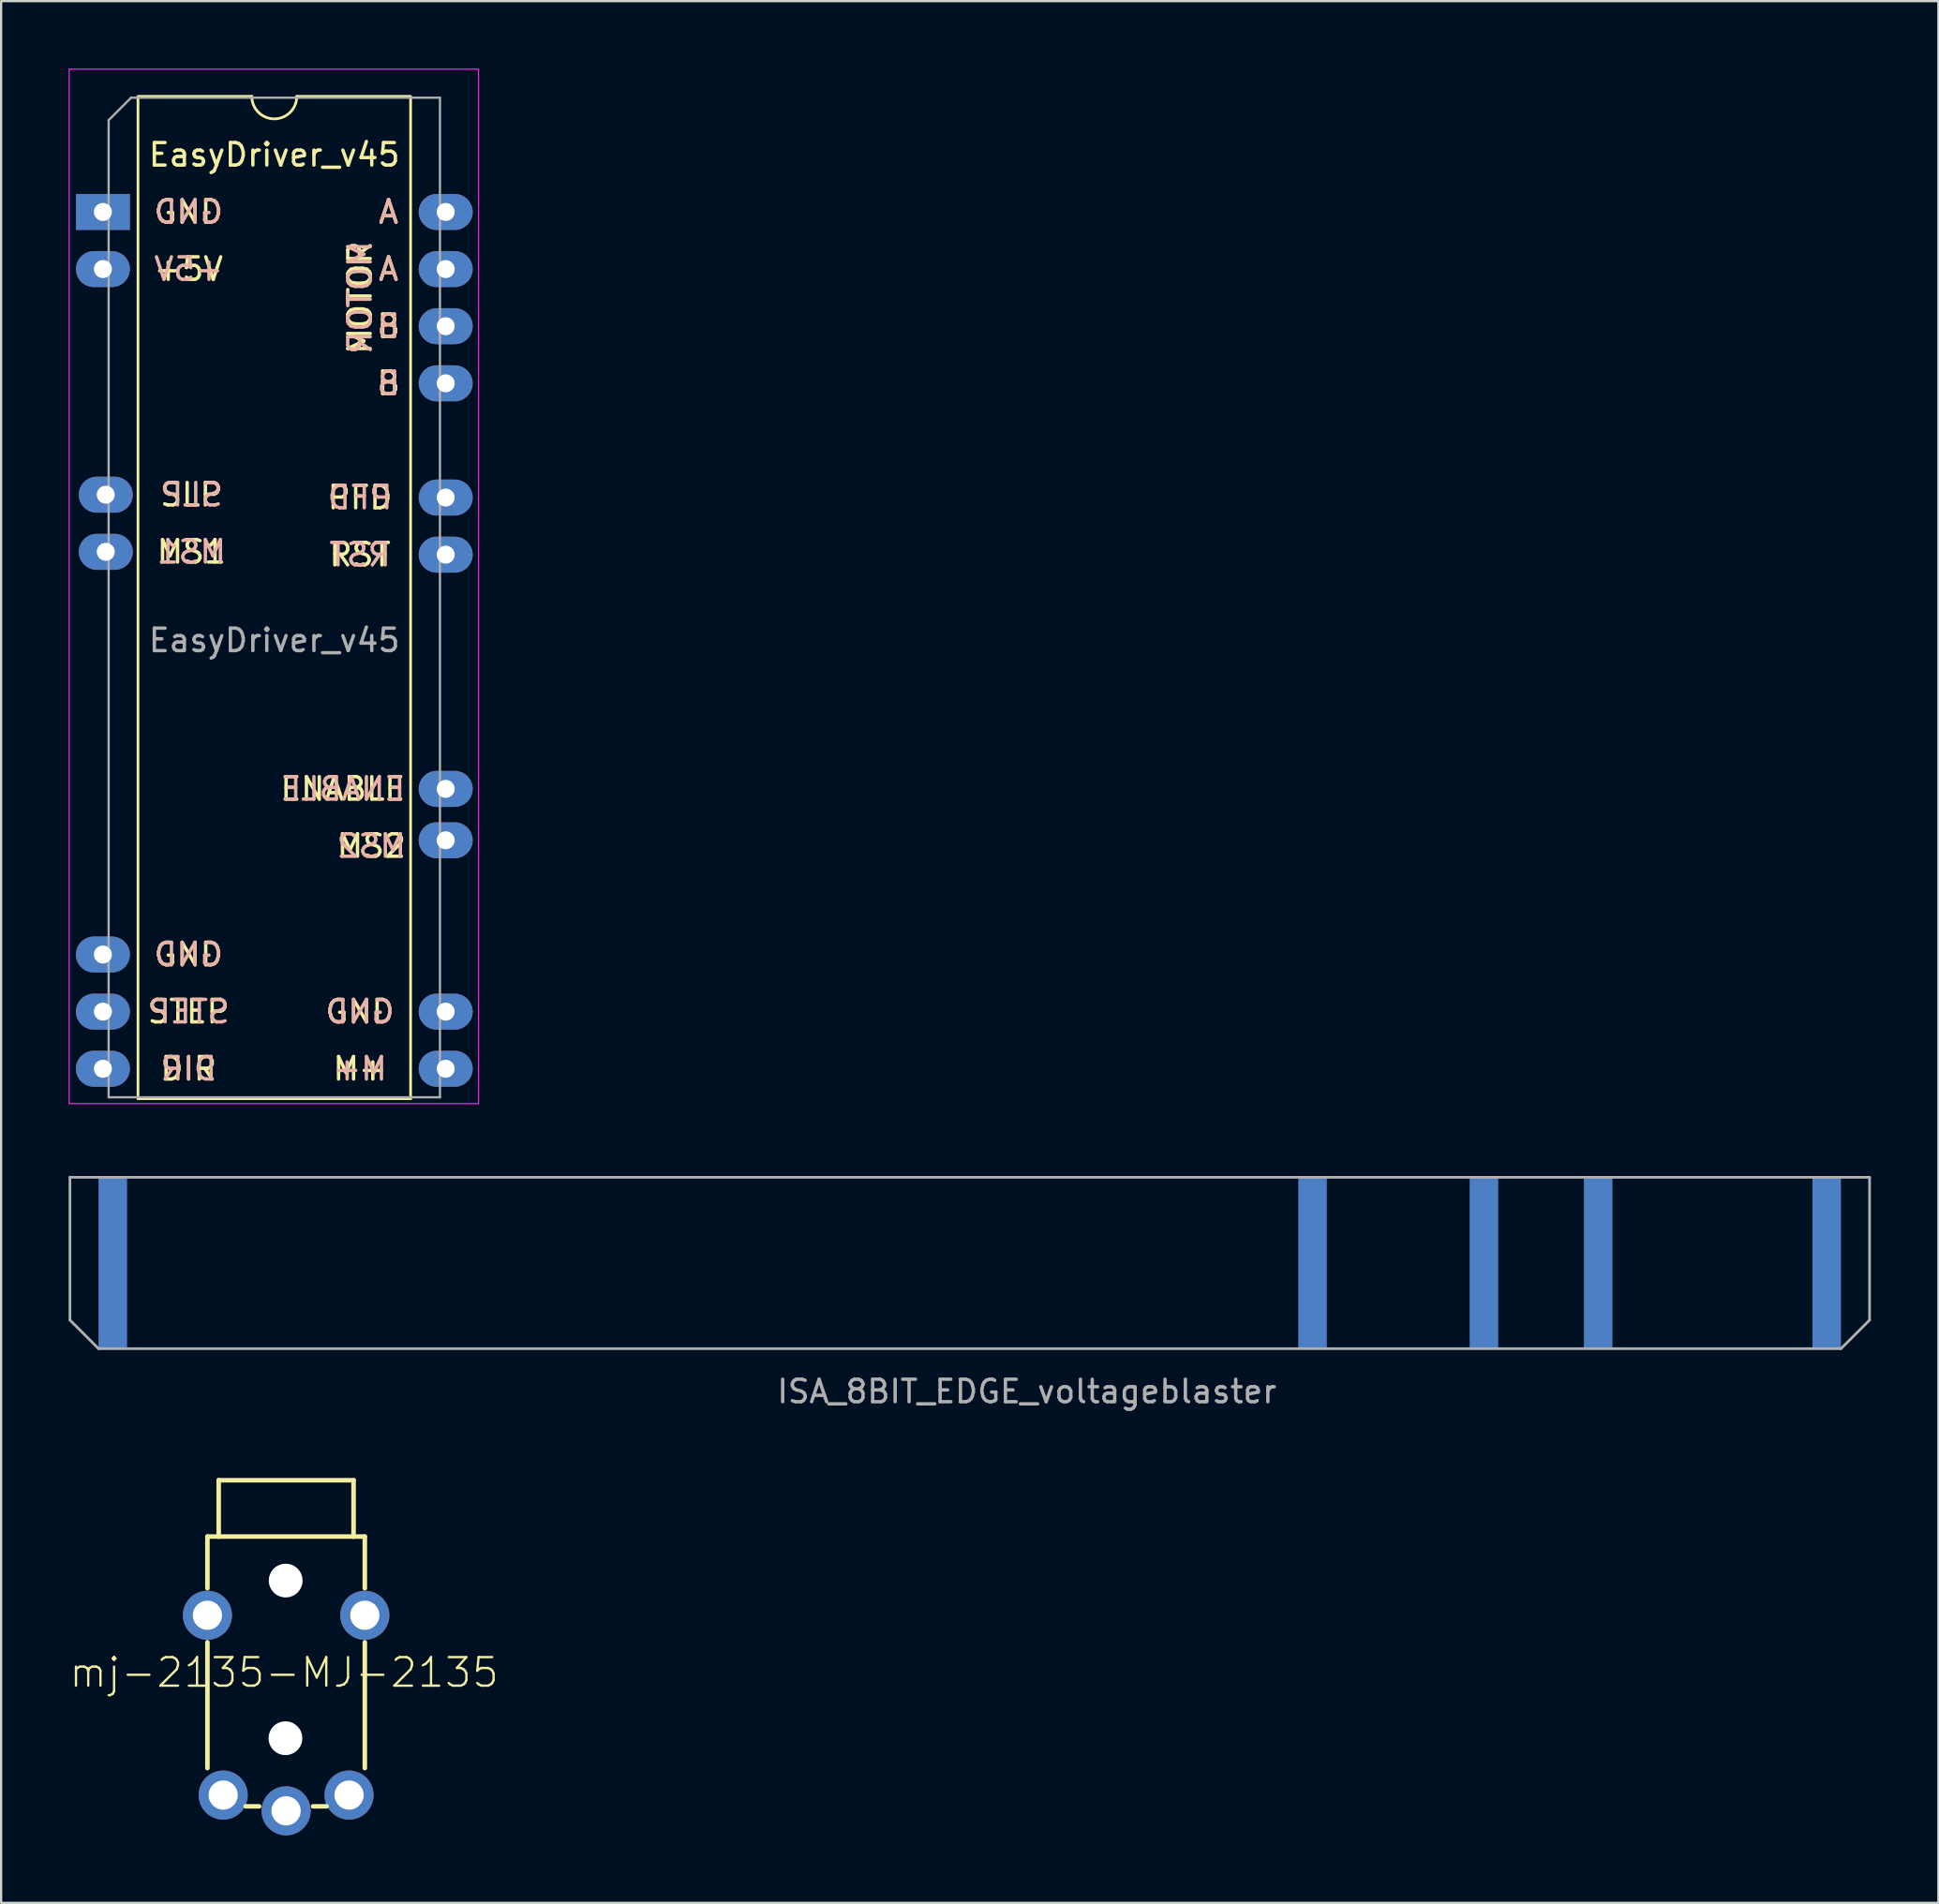
<source format=kicad_pcb>
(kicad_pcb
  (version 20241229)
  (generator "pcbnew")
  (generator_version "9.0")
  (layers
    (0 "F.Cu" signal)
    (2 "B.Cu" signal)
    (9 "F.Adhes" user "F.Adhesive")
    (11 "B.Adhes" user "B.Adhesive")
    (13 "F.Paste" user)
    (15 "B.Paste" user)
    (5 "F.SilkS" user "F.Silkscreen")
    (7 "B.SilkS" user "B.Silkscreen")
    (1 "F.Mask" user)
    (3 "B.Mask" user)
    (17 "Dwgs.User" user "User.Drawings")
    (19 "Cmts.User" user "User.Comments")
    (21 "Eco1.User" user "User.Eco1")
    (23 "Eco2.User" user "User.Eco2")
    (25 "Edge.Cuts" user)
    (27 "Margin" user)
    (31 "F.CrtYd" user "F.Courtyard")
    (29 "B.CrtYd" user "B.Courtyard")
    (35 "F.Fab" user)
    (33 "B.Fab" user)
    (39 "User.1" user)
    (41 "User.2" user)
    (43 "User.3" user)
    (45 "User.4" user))
  (footprint "ISA_8BIT_EDGE_voltageblaster"
    (layer "F.Cu")
    (at 78.165 49.3)
    (property "Reference" "ISA_8BIT_EDGE_voltageblaster" (at -35.56 9.525 0) (layer "F.Fab") (effects (font (size 1 1) (thickness 0.15))))
    (attr through_hole)
    (fp_line (start -78.105 0) (end -78.105 6.35) (stroke (width 0.12) (type solid)) (layer "F.Fab"))
    (fp_line (start -78.105 6.35) (end -76.835 7.62) (stroke (width 0.12) (type solid)) (layer "F.Fab"))
    (fp_line (start -76.835 7.62) (end 0.635 7.62) (stroke (width 0.12) (type solid)) (layer "F.Fab"))
    (fp_line (start 0.635 7.62) (end 1.905 6.35) (stroke (width 0.12) (type solid)) (layer "F.Fab"))
    (fp_line (start 1.905 0) (end -78.105 0) (stroke (width 0.12) (type solid)) (layer "F.Fab"))
    (fp_line (start 1.905 6.35) (end 1.905 0) (stroke (width 0.12) (type solid)) (layer "F.Fab"))
    (pad "1" connect rect (at 0 3.81) (size 1.27 7.62) (layers "B.Cu" "B.Mask"))
    (pad "5" connect rect (at -10.16 3.81) (size 1.27 7.62) (layers "B.Cu" "B.Mask"))
    (pad "7" connect rect (at -15.24 3.81) (size 1.27 7.62) (layers "B.Cu" "B.Mask"))
    (pad "10" connect rect (at -22.86 3.81) (size 1.27 7.62) (layers "B.Cu" "B.Mask"))
    (pad "31" connect rect (at -76.2 3.81) (size 1.27 7.62) (layers "B.Cu" "B.Mask")))
  (footprint "mj-2135-MJ-2135"
    (layer "F.Cu")
    (at 9.581 71.324)
    (property "Reference" "mj-2135-MJ-2135" (at 0 0 180) (layer "F.SilkS") (effects (font (size 1.27 1.27) (thickness 0.102))))
    (attr exclude_from_pos_files exclude_from_bom)
    (fp_line (start -3.409 -3.749) (end -3.409 -6.048) (stroke (width 0.203) (type solid)) (layer "F.SilkS"))
    (fp_line (start -3.409 -1.349) (end -3.409 4.249) (stroke (width 0.203) (type solid)) (layer "F.SilkS"))
    (fp_line (start -2.908 -8.55) (end 3.089 -8.55) (stroke (width 0.203) (type solid)) (layer "F.SilkS"))
    (fp_line (start -2.908 -6.048) (end -3.409 -6.048) (stroke (width 0.203) (type solid)) (layer "F.SilkS"))
    (fp_line (start -2.908 -6.048) (end -2.908 -8.55) (stroke (width 0.203) (type solid)) (layer "F.SilkS"))
    (fp_line (start -1.709 5.949) (end -1.11 5.949) (stroke (width 0.203) (type solid)) (layer "F.SilkS"))
    (fp_line (start 1.288 5.949) (end 1.89 5.949) (stroke (width 0.203) (type solid)) (layer "F.SilkS"))
    (fp_line (start 3.089 -8.55) (end 3.089 -6.048) (stroke (width 0.203) (type solid)) (layer "F.SilkS"))
    (fp_line (start 3.089 -6.048) (end -2.908 -6.048) (stroke (width 0.203) (type solid)) (layer "F.SilkS"))
    (fp_line (start 3.589 -6.048) (end 3.089 -6.048) (stroke (width 0.203) (type solid)) (layer "F.SilkS"))
    (fp_line (start 3.589 -6.048) (end 3.589 -3.749) (stroke (width 0.203) (type solid)) (layer "F.SilkS"))
    (fp_line (start 3.589 4.249) (end 3.589 -1.349) (stroke (width 0.203) (type solid)) (layer "F.SilkS"))
    (pad "" np_thru_hole circle (at 0.06 2.92) (size 1.5 1.5) (drill 1.5) (layers "*.Cu" "*.Mask"))
    (pad "" np_thru_hole circle (at 0.07 -4.09) (size 1.5 1.5) (drill 1.5) (layers "*.Cu" "*.Mask"))
    (pad "P$1" thru_hole circle (at 0.089 6.149) (size 2.182 2.182) (drill 1.298) (layers "*.Cu" "*.Mask" "F.Paste"))
    (pad "P$2" thru_hole circle (at 2.888 5.448) (size 2.182 2.182) (drill 1.298) (layers "*.Cu" "*.Mask" "F.Paste"))
    (pad "P$3" thru_hole circle (at -2.708 5.448) (size 2.182 2.182) (drill 1.298) (layers "*.Cu" "*.Mask" "F.Paste"))
    (pad "P$4" thru_hole circle (at -3.409 -2.548) (size 2.182 2.182) (drill 1.298) (layers "*.Cu" "*.Mask" "F.Paste"))
    (pad "P$5" thru_hole circle (at 3.589 -2.548) (size 2.182 2.182) (drill 1.298) (layers "*.Cu" "*.Mask" "F.Paste")))
  (footprint "EasyDriver_v45"
    (layer "F.Cu")
    (at 1.525 6.375)
    (property "Reference" "EasyDriver_v45" (at 7.62 -2.54 0) (layer "F.SilkS") (effects (font (size 1 1) (thickness 0.15))))
    (attr through_hole)
    (fp_line (start 1.56 -5.08) (end 1.56 39.43) (stroke (width 0.12) (type solid)) (layer "F.SilkS"))
    (fp_line (start 1.56 39.43) (end 13.68 39.43) (stroke (width 0.12) (type solid)) (layer "F.SilkS"))
    (fp_line (start 6.62 -5.14) (end 1.56 -5.14) (stroke (width 0.12) (type solid)) (layer "F.SilkS"))
    (fp_line (start 13.68 -5.14) (end 8.62 -5.14) (stroke (width 0.12) (type solid)) (layer "F.SilkS"))
    (fp_line (start 13.68 39.43) (end 13.68 -5.08) (stroke (width 0.12) (type solid)) (layer "F.SilkS"))
    (fp_arc (start 8.62 -5.14) (mid 7.62 -4.14) (end 6.62 -5.14) (stroke (width 0.12) (type solid)) (layer "F.SilkS"))
    (fp_line (start -1.5 -6.35) (end -1.5 39.65) (stroke (width 0.05) (type solid)) (layer "F.CrtYd"))
    (fp_line (start -1.5 39.65) (end 16.7 39.65) (stroke (width 0.05) (type solid)) (layer "F.CrtYd"))
    (fp_line (start 16.7 -6.35) (end -1.5 -6.35) (stroke (width 0.05) (type solid)) (layer "F.CrtYd"))
    (fp_line (start 16.7 39.65) (end 16.7 -6.35) (stroke (width 0.05) (type solid)) (layer "F.CrtYd"))
    (fp_line (start 0.255 -4.08) (end 1.255 -5.08) (stroke (width 0.1) (type solid)) (layer "F.Fab"))
    (fp_line (start 0.255 39.37) (end 0.255 -4.08) (stroke (width 0.1) (type solid)) (layer "F.Fab"))
    (fp_line (start 1.255 -5.08) (end 14.985 -5.08) (stroke (width 0.1) (type solid)) (layer "F.Fab"))
    (fp_line (start 14.985 -5.08) (end 14.985 39.37) (stroke (width 0.1) (type solid)) (layer "F.Fab"))
    (fp_line (start 14.985 39.37) (end 0.255 39.37) (stroke (width 0.1) (type solid)) (layer "F.Fab"))
    (fp_text user "DIR" (at 3.81 38.1 0) (layer "F.SilkS") (effects (font (size 1 1) (thickness 0.15))))
    (fp_text user "GND" (at 3.81 0 0) (layer "F.SilkS") (effects (font (size 1 1) (thickness 0.15))))
    (fp_text user "RST" (at 11.43 15.24 0) (layer "F.SilkS") (effects (font (size 1 1) (thickness 0.15))))
    (fp_text user "SLP" (at 3.937 12.573 0) (layer "F.SilkS") (effects (font (size 1 1) (thickness 0.15))))
    (fp_text user "GND" (at 11.43 35.56 0) (layer "F.SilkS") (effects (font (size 1 1) (thickness 0.15))))
    (fp_text user "B" (at 12.7 5.08 0) (layer "F.SilkS") (effects (font (size 1 1) (thickness 0.15))))
    (fp_text user "MS1" (at 3.937 15.113 0) (layer "F.SilkS") (effects (font (size 1 1) (thickness 0.15))))
    (fp_text user "MS2" (at 11.938 28.194 0) (layer "F.SilkS") (effects (font (size 1 1) (thickness 0.15))))
    (fp_text user "MOTOR" (at 11.43 3.81 270) (layer "F.SilkS") (effects (font (size 1 1) (thickness 0.15))))
    (fp_text user "A" (at 12.7 2.54 0) (layer "F.SilkS") (effects (font (size 1 1) (thickness 0.15))))
    (fp_text user "STEP" (at 3.81 35.56 0) (layer "F.SilkS") (effects (font (size 1 1) (thickness 0.15))))
    (fp_text user "B" (at 12.7 7.62 0) (layer "F.SilkS") (effects (font (size 1 1) (thickness 0.15))))
    (fp_text user "PFD" (at 11.43 12.7 0) (layer "F.SilkS") (effects (font (size 1 1) (thickness 0.15))))
    (fp_text user "GND" (at 3.81 33.02 0) (layer "F.SilkS") (effects (font (size 1 1) (thickness 0.15))))
    (fp_text user "A" (at 12.7 0 0) (layer "F.SilkS") (effects (font (size 1 1) (thickness 0.15))))
    (fp_text user "+5V" (at 3.81 2.54 0) (layer "F.SilkS") (effects (font (size 1 1) (thickness 0.15))))
    (fp_text user "ENABLE" (at 10.668 25.654 0) (layer "F.SilkS") (effects (font (size 1 1) (thickness 0.15))))
    (fp_text user "M+" (at 11.43 38.1 0) (layer "F.SilkS") (effects (font (size 1 1) (thickness 0.15))))
    (fp_text user "GND" (at 11.43 35.56 0) (layer "B.SilkS") (effects (font (size 1 1) (thickness 0.15)) (justify mirror)))
    (fp_text user "+5V" (at 3.81 2.54 0) (layer "B.SilkS") (effects (font (size 1 1) (thickness 0.15)) (justify mirror)))
    (fp_text user "A" (at 12.7 2.54 0) (layer "B.SilkS") (effects (font (size 1 1) (thickness 0.15)) (justify mirror)))
    (fp_text user "ENABLE" (at 10.668 25.654 0) (layer "B.SilkS") (effects (font (size 1 1) (thickness 0.15)) (justify mirror)))
    (fp_text user "PFD" (at 11.43 12.7 0) (layer "B.SilkS") (effects (font (size 1 1) (thickness 0.15)) (justify mirror)))
    (fp_text user "A" (at 12.7 0 0) (layer "B.SilkS") (effects (font (size 1 1) (thickness 0.15)) (justify mirror)))
    (fp_text user "SLP" (at 3.937 12.573 0) (layer "B.SilkS") (effects (font (size 1 1) (thickness 0.15)) (justify mirror)))
    (fp_text user "MOTOR" (at 11.43 3.81 90) (layer "B.SilkS") (effects (font (size 1 1) (thickness 0.15)) (justify mirror)))
    (fp_text user "B" (at 12.7 7.62 0) (layer "B.SilkS") (effects (font (size 1 1) (thickness 0.15)) (justify mirror)))
    (fp_text user "B" (at 12.7 5.08 0) (layer "B.SilkS") (effects (font (size 1 1) (thickness 0.15)) (justify mirror)))
    (fp_text user "MS1" (at 3.937 15.113 0) (layer "B.SilkS") (effects (font (size 1 1) (thickness 0.15)) (justify mirror)))
    (fp_text user "GND" (at 3.81 33.02 0) (layer "B.SilkS") (effects (font (size 1 1) (thickness 0.15)) (justify mirror)))
    (fp_text user "STEP" (at 3.81 35.56 0) (layer "B.SilkS") (effects (font (size 1 1) (thickness 0.15)) (justify mirror)))
    (fp_text user "DIR" (at 3.81 38.1 0) (layer "B.SilkS") (effects (font (size 1 1) (thickness 0.15)) (justify mirror)))
    (fp_text user "RST" (at 11.43 15.24 0) (layer "B.SilkS") (effects (font (size 1 1) (thickness 0.15)) (justify mirror)))
    (fp_text user "M+" (at 11.43 38.1 0) (layer "B.SilkS") (effects (font (size 1 1) (thickness 0.15)) (justify mirror)))
    (fp_text user "GND" (at 3.81 0 0) (layer "B.SilkS") (effects (font (size 1 1) (thickness 0.15)) (justify mirror)))
    (fp_text user "MS2" (at 11.938 28.194 0) (layer "B.SilkS") (effects (font (size 1 1) (thickness 0.15)) (justify mirror)))
    (fp_text user "${REFERENCE}" (at 7.62 19.05 0) (layer "F.Fab") (effects (font (size 1 1) (thickness 0.15))))
    (pad "1" thru_hole rect (at 0 0) (size 2.4 1.6) (drill 0.8) (layers "*.Cu" "*.Mask"))
    (pad "2" thru_hole oval (at 0 2.54) (size 2.4 1.6) (drill 0.8) (layers "*.Cu" "*.Mask"))
    (pad "5" thru_hole oval (at 0.127 12.573) (size 2.4 1.6) (drill 0.8) (layers "*.Cu" "*.Mask"))
    (pad "6" thru_hole oval (at 0.127 15.113) (size 2.4 1.6) (drill 0.8) (layers "*.Cu" "*.Mask"))
    (pad "14" thru_hole oval (at 0 33.02) (size 2.4 1.6) (drill 0.8) (layers "*.Cu" "*.Mask"))
    (pad "15" thru_hole oval (at 0 35.56) (size 2.4 1.6) (drill 0.8) (layers "*.Cu" "*.Mask"))
    (pad "16" thru_hole oval (at 0 38.1) (size 2.4 1.6) (drill 0.8) (layers "*.Cu" "*.Mask"))
    (pad "17" thru_hole oval (at 15.24 38.1) (size 2.4 1.6) (drill 0.8) (layers "*.Cu" "*.Mask"))
    (pad "18" thru_hole oval (at 15.24 35.56) (size 2.4 1.6) (drill 0.8) (layers "*.Cu" "*.Mask"))
    (pad "20" thru_hole oval (at 15.24 27.94) (size 2.4 1.6) (drill 0.8) (layers "*.Cu" "*.Mask"))
    (pad "21" thru_hole oval (at 15.24 25.654) (size 2.4 1.6) (drill 0.8) (layers "*.Cu" "*.Mask"))
    (pad "26" thru_hole oval (at 15.24 15.24) (size 2.4 1.6) (drill 0.8) (layers "*.Cu" "*.Mask"))
    (pad "27" thru_hole oval (at 15.24 12.7) (size 2.4 1.6) (drill 0.8) (layers "*.Cu" "*.Mask"))
    (pad "29" thru_hole oval (at 15.24 7.62) (size 2.4 1.6) (drill 0.8) (layers "*.Cu" "*.Mask"))
    (pad "30" thru_hole oval (at 15.24 5.08) (size 2.4 1.6) (drill 0.8) (layers "*.Cu" "*.Mask"))
    (pad "31" thru_hole oval (at 15.24 2.54) (size 2.4 1.6) (drill 0.8) (layers "*.Cu" "*.Mask"))
    (pad "32" thru_hole oval (at 15.24 0) (size 2.4 1.6) (drill 0.8) (layers "*.Cu" "*.Mask")))
  (gr_rect
    (start -3 -3)
    (end 83.13 81.565)
    (stroke (width 0.1) (type default))
    (fill no)
    (layer "Edge.Cuts")))
</source>
